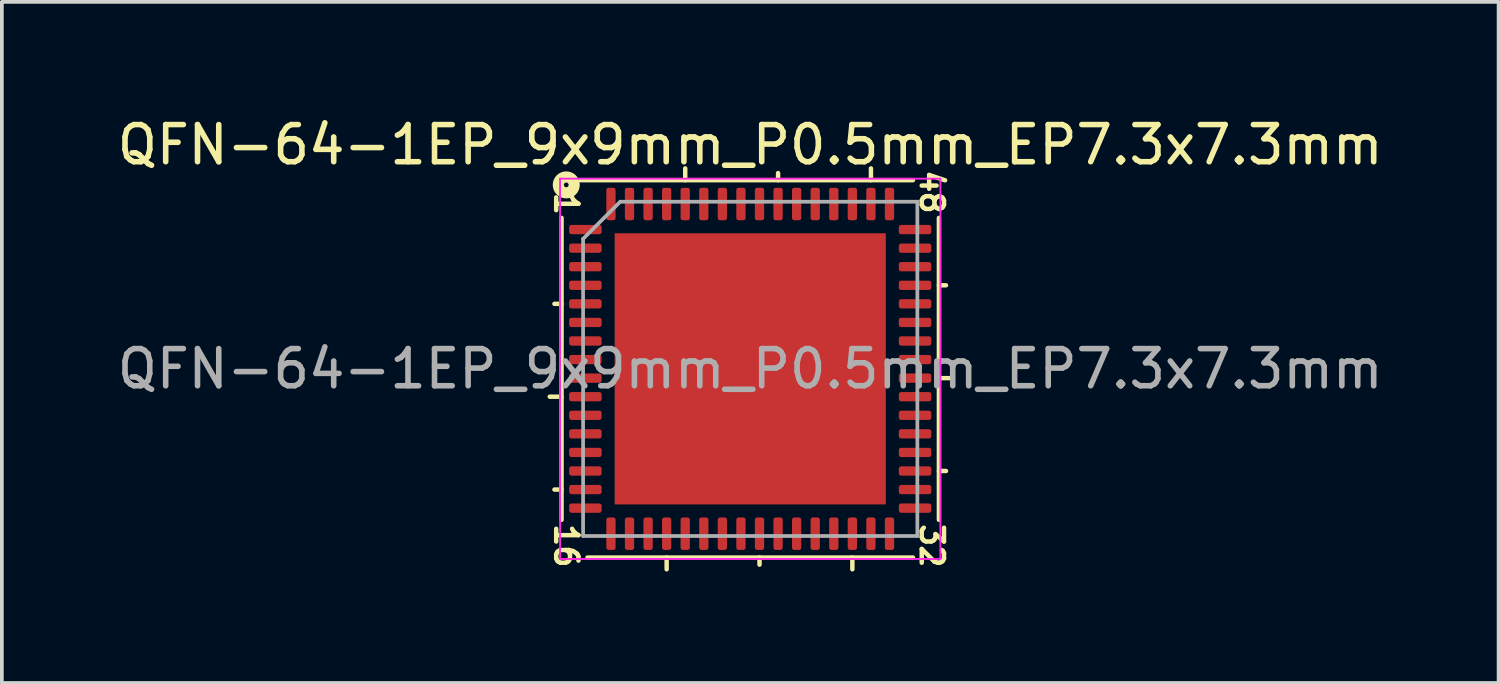
<source format=kicad_pcb>
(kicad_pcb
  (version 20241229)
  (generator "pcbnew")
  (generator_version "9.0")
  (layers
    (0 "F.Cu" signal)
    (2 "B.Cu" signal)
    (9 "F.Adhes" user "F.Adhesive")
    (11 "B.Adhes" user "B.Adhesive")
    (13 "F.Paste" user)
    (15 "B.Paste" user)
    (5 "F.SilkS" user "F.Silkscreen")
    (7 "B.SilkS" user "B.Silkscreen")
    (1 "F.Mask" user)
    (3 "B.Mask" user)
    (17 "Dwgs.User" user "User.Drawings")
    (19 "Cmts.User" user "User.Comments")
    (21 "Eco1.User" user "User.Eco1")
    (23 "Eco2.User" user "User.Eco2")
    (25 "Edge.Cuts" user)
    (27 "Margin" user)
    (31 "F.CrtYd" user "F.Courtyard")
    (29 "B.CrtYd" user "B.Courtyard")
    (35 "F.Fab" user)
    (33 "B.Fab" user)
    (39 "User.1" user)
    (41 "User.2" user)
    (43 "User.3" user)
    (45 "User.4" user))
  (footprint "QFN-64-1EP_9x9mm_P0.5mm_EP7.3x7.3mm"
    (layer "F.Cu")
    (at 17.149 6.881)
    (property "Reference" "QFN-64-1EP_9x9mm_P0.5mm_EP7.3x7.3mm" (at 0 -6.032 0) (layer "F.SilkS") (effects (font (size 1 1) (thickness 0.15))))
    (attr smd)
    (fp_line (start -5.08 -4.064) (end -5.08 4.064) (stroke (width 0.12) (type solid)) (layer "F.SilkS"))
    (fp_line (start -5.08 -1.75) (end -5.271 -1.75) (stroke (width 0.12) (type solid)) (layer "F.SilkS"))
    (fp_line (start -5.08 0.75) (end -5.397 0.75) (stroke (width 0.12) (type solid)) (layer "F.SilkS"))
    (fp_line (start -5.08 3.25) (end -5.271 3.25) (stroke (width 0.12) (type solid)) (layer "F.SilkS"))
    (fp_line (start -4.381 5.08) (end 4.381 5.08) (stroke (width 0.12) (type solid)) (layer "F.SilkS"))
    (fp_line (start -2.25 5.08) (end -2.25 5.397) (stroke (width 0.12) (type solid)) (layer "F.SilkS"))
    (fp_line (start -1.75 -5.08) (end -1.75 -5.397) (stroke (width 0.12) (type solid)) (layer "F.SilkS"))
    (fp_line (start 0.25 5.08) (end 0.25 5.271) (stroke (width 0.12) (type solid)) (layer "F.SilkS"))
    (fp_line (start 0.75 -5.08) (end 0.75 -5.271) (stroke (width 0.12) (type solid)) (layer "F.SilkS"))
    (fp_line (start 2.75 5.08) (end 2.75 5.397) (stroke (width 0.12) (type solid)) (layer "F.SilkS"))
    (fp_line (start 3.25 -5.08) (end 3.25 -5.397) (stroke (width 0.12) (type solid)) (layer "F.SilkS"))
    (fp_line (start 4.381 -5.08) (end -4.572 -5.08) (stroke (width 0.12) (type solid)) (layer "F.SilkS"))
    (fp_line (start 5.08 -2.25) (end 5.271 -2.25) (stroke (width 0.12) (type solid)) (layer "F.SilkS"))
    (fp_line (start 5.08 0.25) (end 5.397 0.25) (stroke (width 0.12) (type solid)) (layer "F.SilkS"))
    (fp_line (start 5.08 2.75) (end 5.271 2.75) (stroke (width 0.12) (type solid)) (layer "F.SilkS"))
    (fp_line (start 5.08 4.064) (end 5.08 -4.064) (stroke (width 0.12) (type solid)) (layer "F.SilkS"))
    (fp_circle (center -4.953 -4.953) (end -4.889 -4.953) (stroke (width 0.3) (type solid)) (fill no) (layer "F.SilkS"))
    (fp_line (start -5.12 -5.12) (end -5.12 5.12) (stroke (width 0.05) (type solid)) (layer "F.CrtYd"))
    (fp_line (start -5.12 5.12) (end 5.12 5.12) (stroke (width 0.05) (type solid)) (layer "F.CrtYd"))
    (fp_line (start 5.12 -5.12) (end -5.12 -5.12) (stroke (width 0.05) (type solid)) (layer "F.CrtYd"))
    (fp_line (start 5.12 5.12) (end 5.12 -5.12) (stroke (width 0.05) (type solid)) (layer "F.CrtYd"))
    (fp_line (start -4.5 -3.5) (end -3.5 -4.5) (stroke (width 0.1) (type solid)) (layer "F.Fab"))
    (fp_line (start -4.5 4.5) (end -4.5 -3.5) (stroke (width 0.1) (type solid)) (layer "F.Fab"))
    (fp_line (start -3.5 -4.5) (end 4.5 -4.5) (stroke (width 0.1) (type solid)) (layer "F.Fab"))
    (fp_line (start 4.5 -4.5) (end 4.5 4.5) (stroke (width 0.1) (type solid)) (layer "F.Fab"))
    (fp_line (start 4.5 4.5) (end -4.5 4.5) (stroke (width 0.1) (type solid)) (layer "F.Fab"))
    (fp_text user "48" (at 4.889 -4.763 270) (unlocked yes) (layer "F.SilkS") (effects (font (size 0.6 0.6) (thickness 0.12))))
    (fp_text user "1" (at -4.953 -4.445 270) (unlocked yes) (layer "F.SilkS") (effects (font (size 0.6 0.6) (thickness 0.12))))
    (fp_text user "16" (at -4.953 4.763 270) (unlocked yes) (layer "F.SilkS") (effects (font (size 0.6 0.6) (thickness 0.12))))
    (fp_text user "32" (at 4.889 4.763 270) (unlocked yes) (layer "F.SilkS") (effects (font (size 0.6 0.6) (thickness 0.12))))
    (fp_text user "${REFERENCE}" (at 0 0 0) (layer "F.Fab") (effects (font (size 1 1) (thickness 0.15))))
    (pad "" smd roundrect (at -2.92 -2.92) (size 1.18 1.18) (layers "F.Paste") (roundrect_rratio 0.212))
    (pad "" smd roundrect (at -2.92 -1.46) (size 1.18 1.18) (layers "F.Paste") (roundrect_rratio 0.212))
    (pad "" smd roundrect (at -2.92 0) (size 1.18 1.18) (layers "F.Paste") (roundrect_rratio 0.212))
    (pad "" smd roundrect (at -2.92 1.46) (size 1.18 1.18) (layers "F.Paste") (roundrect_rratio 0.212))
    (pad "" smd roundrect (at -2.92 2.92) (size 1.18 1.18) (layers "F.Paste") (roundrect_rratio 0.212))
    (pad "" smd roundrect (at -1.46 -2.92) (size 1.18 1.18) (layers "F.Paste") (roundrect_rratio 0.212))
    (pad "" smd roundrect (at -1.46 -1.46) (size 1.18 1.18) (layers "F.Paste") (roundrect_rratio 0.212))
    (pad "" smd roundrect (at -1.46 0) (size 1.18 1.18) (layers "F.Paste") (roundrect_rratio 0.212))
    (pad "" smd roundrect (at -1.46 1.46) (size 1.18 1.18) (layers "F.Paste") (roundrect_rratio 0.212))
    (pad "" smd roundrect (at -1.46 2.92) (size 1.18 1.18) (layers "F.Paste") (roundrect_rratio 0.212))
    (pad "" smd roundrect (at 0 -2.92) (size 1.18 1.18) (layers "F.Paste") (roundrect_rratio 0.212))
    (pad "" smd roundrect (at 0 -1.46) (size 1.18 1.18) (layers "F.Paste") (roundrect_rratio 0.212))
    (pad "" smd roundrect (at 0 0) (size 1.18 1.18) (layers "F.Paste") (roundrect_rratio 0.212))
    (pad "" smd roundrect (at 0 1.46) (size 1.18 1.18) (layers "F.Paste") (roundrect_rratio 0.212))
    (pad "" smd roundrect (at 0 2.92) (size 1.18 1.18) (layers "F.Paste") (roundrect_rratio 0.212))
    (pad "" smd roundrect (at 1.46 -2.92) (size 1.18 1.18) (layers "F.Paste") (roundrect_rratio 0.212))
    (pad "" smd roundrect (at 1.46 -1.46) (size 1.18 1.18) (layers "F.Paste") (roundrect_rratio 0.212))
    (pad "" smd roundrect (at 1.46 0) (size 1.18 1.18) (layers "F.Paste") (roundrect_rratio 0.212))
    (pad "" smd roundrect (at 1.46 1.46) (size 1.18 1.18) (layers "F.Paste") (roundrect_rratio 0.212))
    (pad "" smd roundrect (at 1.46 2.92) (size 1.18 1.18) (layers "F.Paste") (roundrect_rratio 0.212))
    (pad "" smd roundrect (at 2.92 -2.92) (size 1.18 1.18) (layers "F.Paste") (roundrect_rratio 0.212))
    (pad "" smd roundrect (at 2.92 -1.46) (size 1.18 1.18) (layers "F.Paste") (roundrect_rratio 0.212))
    (pad "" smd roundrect (at 2.92 0) (size 1.18 1.18) (layers "F.Paste") (roundrect_rratio 0.212))
    (pad "" smd roundrect (at 2.92 1.46) (size 1.18 1.18) (layers "F.Paste") (roundrect_rratio 0.212))
    (pad "" smd roundrect (at 2.92 2.92) (size 1.18 1.18) (layers "F.Paste") (roundrect_rratio 0.212))
    (pad "1" smd roundrect (at -4.438 -3.75) (size 0.875 0.25) (layers "F.Cu" "F.Mask" "F.Paste") (roundrect_rratio 0.25))
    (pad "2" smd roundrect (at -4.438 -3.25) (size 0.875 0.25) (layers "F.Cu" "F.Mask" "F.Paste") (roundrect_rratio 0.25))
    (pad "3" smd roundrect (at -4.438 -2.75) (size 0.875 0.25) (layers "F.Cu" "F.Mask" "F.Paste") (roundrect_rratio 0.25))
    (pad "4" smd roundrect (at -4.438 -2.25) (size 0.875 0.25) (layers "F.Cu" "F.Mask" "F.Paste") (roundrect_rratio 0.25))
    (pad "5" smd roundrect (at -4.438 -1.75) (size 0.875 0.25) (layers "F.Cu" "F.Mask" "F.Paste") (roundrect_rratio 0.25))
    (pad "6" smd roundrect (at -4.438 -1.25) (size 0.875 0.25) (layers "F.Cu" "F.Mask" "F.Paste") (roundrect_rratio 0.25))
    (pad "7" smd roundrect (at -4.438 -0.75) (size 0.875 0.25) (layers "F.Cu" "F.Mask" "F.Paste") (roundrect_rratio 0.25))
    (pad "8" smd roundrect (at -4.438 -0.25) (size 0.875 0.25) (layers "F.Cu" "F.Mask" "F.Paste") (roundrect_rratio 0.25))
    (pad "9" smd roundrect (at -4.438 0.25) (size 0.875 0.25) (layers "F.Cu" "F.Mask" "F.Paste") (roundrect_rratio 0.25))
    (pad "10" smd roundrect (at -4.438 0.75) (size 0.875 0.25) (layers "F.Cu" "F.Mask" "F.Paste") (roundrect_rratio 0.25))
    (pad "11" smd roundrect (at -4.438 1.25) (size 0.875 0.25) (layers "F.Cu" "F.Mask" "F.Paste") (roundrect_rratio 0.25))
    (pad "12" smd roundrect (at -4.438 1.75) (size 0.875 0.25) (layers "F.Cu" "F.Mask" "F.Paste") (roundrect_rratio 0.25))
    (pad "13" smd roundrect (at -4.438 2.25) (size 0.875 0.25) (layers "F.Cu" "F.Mask" "F.Paste") (roundrect_rratio 0.25))
    (pad "14" smd roundrect (at -4.438 2.75) (size 0.875 0.25) (layers "F.Cu" "F.Mask" "F.Paste") (roundrect_rratio 0.25))
    (pad "15" smd roundrect (at -4.438 3.25) (size 0.875 0.25) (layers "F.Cu" "F.Mask" "F.Paste") (roundrect_rratio 0.25))
    (pad "16" smd roundrect (at -4.438 3.75) (size 0.875 0.25) (layers "F.Cu" "F.Mask" "F.Paste") (roundrect_rratio 0.25))
    (pad "17" smd roundrect (at -3.75 4.438) (size 0.25 0.875) (layers "F.Cu" "F.Mask" "F.Paste") (roundrect_rratio 0.25))
    (pad "18" smd roundrect (at -3.25 4.438) (size 0.25 0.875) (layers "F.Cu" "F.Mask" "F.Paste") (roundrect_rratio 0.25))
    (pad "19" smd roundrect (at -2.75 4.438) (size 0.25 0.875) (layers "F.Cu" "F.Mask" "F.Paste") (roundrect_rratio 0.25))
    (pad "20" smd roundrect (at -2.25 4.438) (size 0.25 0.875) (layers "F.Cu" "F.Mask" "F.Paste") (roundrect_rratio 0.25))
    (pad "21" smd roundrect (at -1.75 4.438) (size 0.25 0.875) (layers "F.Cu" "F.Mask" "F.Paste") (roundrect_rratio 0.25))
    (pad "22" smd roundrect (at -1.25 4.438) (size 0.25 0.875) (layers "F.Cu" "F.Mask" "F.Paste") (roundrect_rratio 0.25))
    (pad "23" smd roundrect (at -0.75 4.438) (size 0.25 0.875) (layers "F.Cu" "F.Mask" "F.Paste") (roundrect_rratio 0.25))
    (pad "24" smd roundrect (at -0.25 4.438) (size 0.25 0.875) (layers "F.Cu" "F.Mask" "F.Paste") (roundrect_rratio 0.25))
    (pad "25" smd roundrect (at 0.25 4.438) (size 0.25 0.875) (layers "F.Cu" "F.Mask" "F.Paste") (roundrect_rratio 0.25))
    (pad "26" smd roundrect (at 0.75 4.438) (size 0.25 0.875) (layers "F.Cu" "F.Mask" "F.Paste") (roundrect_rratio 0.25))
    (pad "27" smd roundrect (at 1.25 4.438) (size 0.25 0.875) (layers "F.Cu" "F.Mask" "F.Paste") (roundrect_rratio 0.25))
    (pad "28" smd roundrect (at 1.75 4.438) (size 0.25 0.875) (layers "F.Cu" "F.Mask" "F.Paste") (roundrect_rratio 0.25))
    (pad "29" smd roundrect (at 2.25 4.438) (size 0.25 0.875) (layers "F.Cu" "F.Mask" "F.Paste") (roundrect_rratio 0.25))
    (pad "30" smd roundrect (at 2.75 4.438) (size 0.25 0.875) (layers "F.Cu" "F.Mask" "F.Paste") (roundrect_rratio 0.25))
    (pad "31" smd roundrect (at 3.25 4.438) (size 0.25 0.875) (layers "F.Cu" "F.Mask" "F.Paste") (roundrect_rratio 0.25))
    (pad "32" smd roundrect (at 3.75 4.438) (size 0.25 0.875) (layers "F.Cu" "F.Mask" "F.Paste") (roundrect_rratio 0.25))
    (pad "33" smd roundrect (at 4.438 3.75) (size 0.875 0.25) (layers "F.Cu" "F.Mask" "F.Paste") (roundrect_rratio 0.25))
    (pad "34" smd roundrect (at 4.438 3.25) (size 0.875 0.25) (layers "F.Cu" "F.Mask" "F.Paste") (roundrect_rratio 0.25))
    (pad "35" smd roundrect (at 4.438 2.75) (size 0.875 0.25) (layers "F.Cu" "F.Mask" "F.Paste") (roundrect_rratio 0.25))
    (pad "36" smd roundrect (at 4.438 2.25) (size 0.875 0.25) (layers "F.Cu" "F.Mask" "F.Paste") (roundrect_rratio 0.25))
    (pad "37" smd roundrect (at 4.438 1.75) (size 0.875 0.25) (layers "F.Cu" "F.Mask" "F.Paste") (roundrect_rratio 0.25))
    (pad "38" smd roundrect (at 4.438 1.25) (size 0.875 0.25) (layers "F.Cu" "F.Mask" "F.Paste") (roundrect_rratio 0.25))
    (pad "39" smd roundrect (at 4.438 0.75) (size 0.875 0.25) (layers "F.Cu" "F.Mask" "F.Paste") (roundrect_rratio 0.25))
    (pad "40" smd roundrect (at 4.438 0.25) (size 0.875 0.25) (layers "F.Cu" "F.Mask" "F.Paste") (roundrect_rratio 0.25))
    (pad "41" smd roundrect (at 4.438 -0.25) (size 0.875 0.25) (layers "F.Cu" "F.Mask" "F.Paste") (roundrect_rratio 0.25))
    (pad "42" smd roundrect (at 4.438 -0.75) (size 0.875 0.25) (layers "F.Cu" "F.Mask" "F.Paste") (roundrect_rratio 0.25))
    (pad "43" smd roundrect (at 4.438 -1.25) (size 0.875 0.25) (layers "F.Cu" "F.Mask" "F.Paste") (roundrect_rratio 0.25))
    (pad "44" smd roundrect (at 4.438 -1.75) (size 0.875 0.25) (layers "F.Cu" "F.Mask" "F.Paste") (roundrect_rratio 0.25))
    (pad "45" smd roundrect (at 4.438 -2.25) (size 0.875 0.25) (layers "F.Cu" "F.Mask" "F.Paste") (roundrect_rratio 0.25))
    (pad "46" smd roundrect (at 4.438 -2.75) (size 0.875 0.25) (layers "F.Cu" "F.Mask" "F.Paste") (roundrect_rratio 0.25))
    (pad "47" smd roundrect (at 4.438 -3.25) (size 0.875 0.25) (layers "F.Cu" "F.Mask" "F.Paste") (roundrect_rratio 0.25))
    (pad "48" smd roundrect (at 4.438 -3.75) (size 0.875 0.25) (layers "F.Cu" "F.Mask" "F.Paste") (roundrect_rratio 0.25))
    (pad "49" smd roundrect (at 3.75 -4.438) (size 0.25 0.875) (layers "F.Cu" "F.Mask" "F.Paste") (roundrect_rratio 0.25))
    (pad "50" smd roundrect (at 3.25 -4.438) (size 0.25 0.875) (layers "F.Cu" "F.Mask" "F.Paste") (roundrect_rratio 0.25))
    (pad "51" smd roundrect (at 2.75 -4.438) (size 0.25 0.875) (layers "F.Cu" "F.Mask" "F.Paste") (roundrect_rratio 0.25))
    (pad "52" smd roundrect (at 2.25 -4.438) (size 0.25 0.875) (layers "F.Cu" "F.Mask" "F.Paste") (roundrect_rratio 0.25))
    (pad "53" smd roundrect (at 1.75 -4.438) (size 0.25 0.875) (layers "F.Cu" "F.Mask" "F.Paste") (roundrect_rratio 0.25))
    (pad "54" smd roundrect (at 1.25 -4.438) (size 0.25 0.875) (layers "F.Cu" "F.Mask" "F.Paste") (roundrect_rratio 0.25))
    (pad "55" smd roundrect (at 0.75 -4.438) (size 0.25 0.875) (layers "F.Cu" "F.Mask" "F.Paste") (roundrect_rratio 0.25))
    (pad "56" smd roundrect (at 0.25 -4.438) (size 0.25 0.875) (layers "F.Cu" "F.Mask" "F.Paste") (roundrect_rratio 0.25))
    (pad "57" smd roundrect (at -0.25 -4.438) (size 0.25 0.875) (layers "F.Cu" "F.Mask" "F.Paste") (roundrect_rratio 0.25))
    (pad "58" smd roundrect (at -0.75 -4.438) (size 0.25 0.875) (layers "F.Cu" "F.Mask" "F.Paste") (roundrect_rratio 0.25))
    (pad "59" smd roundrect (at -1.25 -4.438) (size 0.25 0.875) (layers "F.Cu" "F.Mask" "F.Paste") (roundrect_rratio 0.25))
    (pad "60" smd roundrect (at -1.75 -4.438) (size 0.25 0.875) (layers "F.Cu" "F.Mask" "F.Paste") (roundrect_rratio 0.25))
    (pad "61" smd roundrect (at -2.25 -4.438) (size 0.25 0.875) (layers "F.Cu" "F.Mask" "F.Paste") (roundrect_rratio 0.25))
    (pad "62" smd roundrect (at -2.75 -4.438) (size 0.25 0.875) (layers "F.Cu" "F.Mask" "F.Paste") (roundrect_rratio 0.25))
    (pad "63" smd roundrect (at -3.25 -4.438) (size 0.25 0.875) (layers "F.Cu" "F.Mask" "F.Paste") (roundrect_rratio 0.25))
    (pad "64" smd roundrect (at -3.75 -4.438) (size 0.25 0.875) (layers "F.Cu" "F.Mask" "F.Paste") (roundrect_rratio 0.25))
    (pad "65" smd rect (at 0 0) (size 7.3 7.3) (layers "F.Cu" "F.Mask")))
  (gr_rect
    (start -3 -3)
    (end 37.298 15.338)
    (stroke (width 0.1) (type default))
    (fill no)
    (layer "Edge.Cuts")))
</source>
